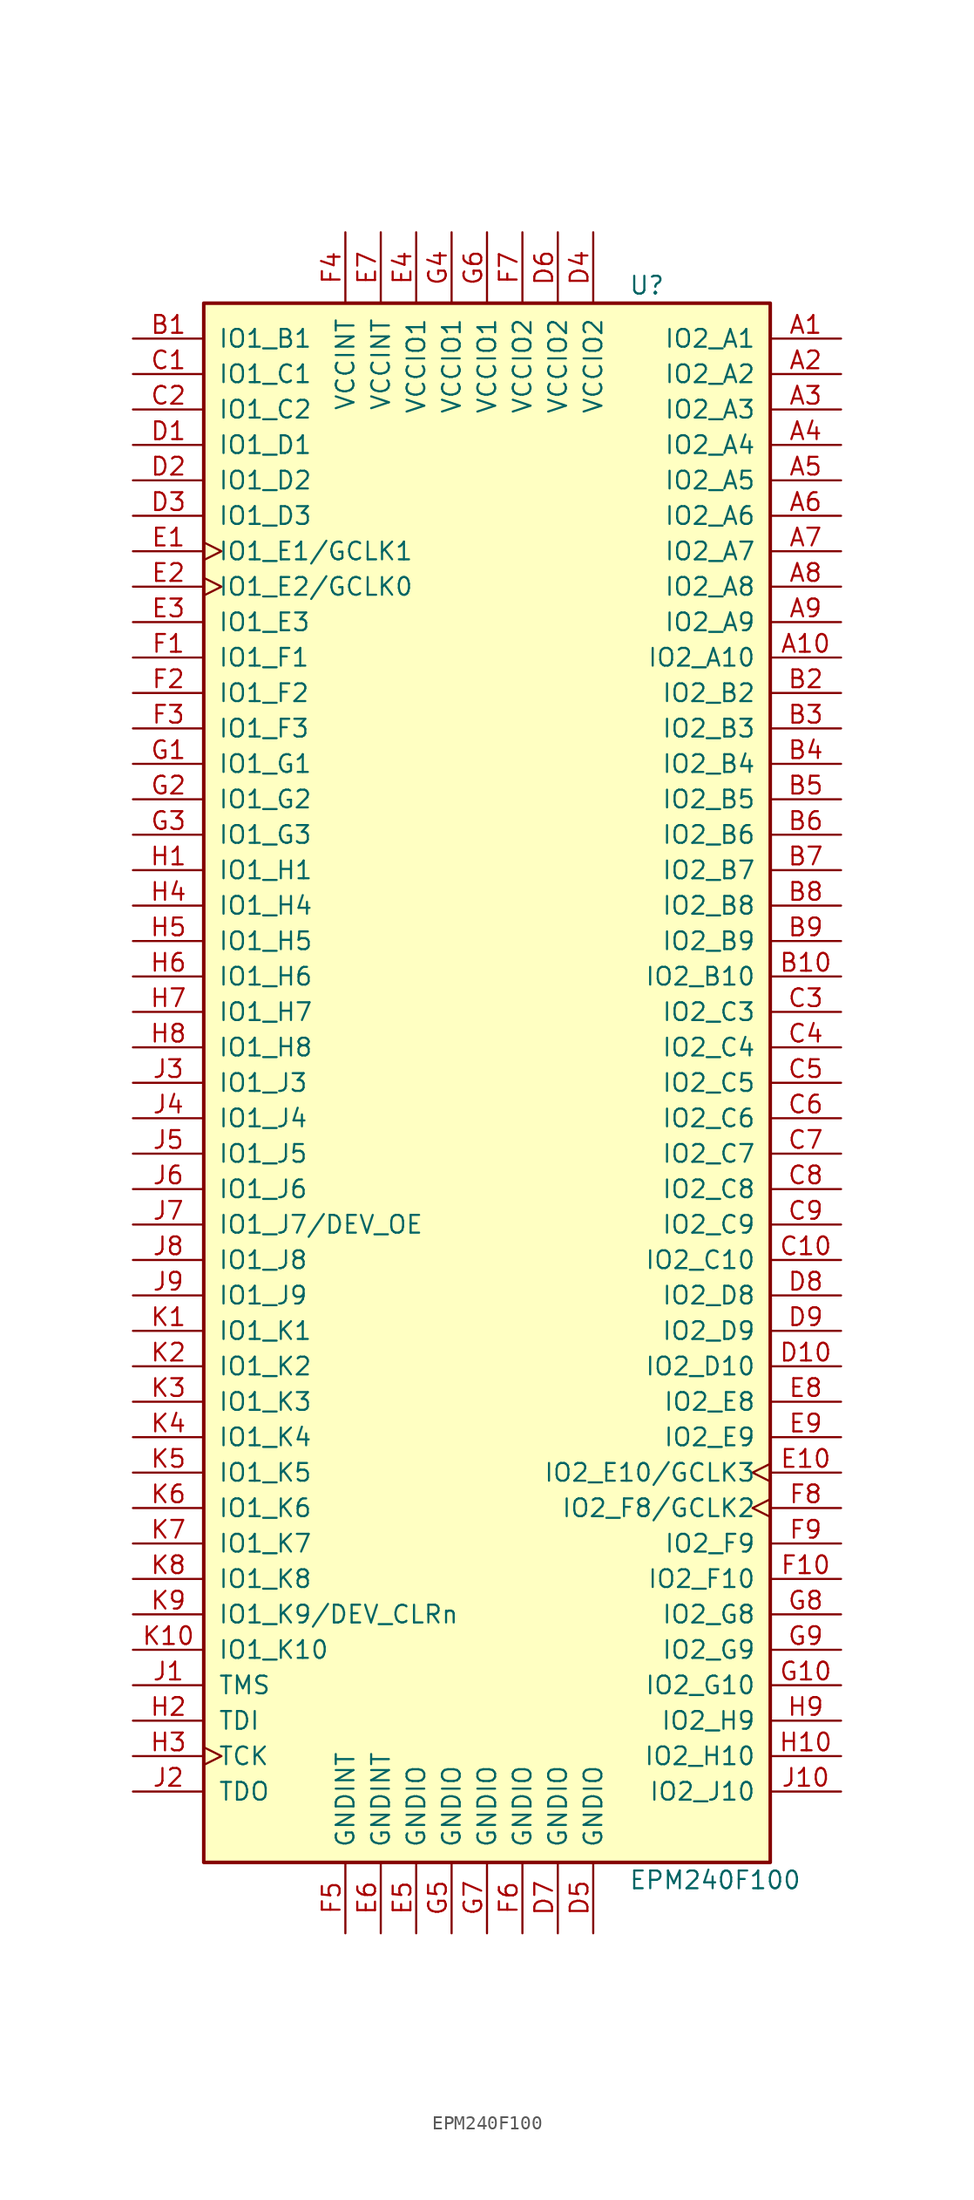
<source format=kicad_sym>
(kicad_symbol_lib
  (version 20201005)
  (generator kicad_symbol_editor)
  (symbol "CPLD_Altera:EPM240F100"
    (pin_names
      (offset 1.016))
    (property "Reference" "U"
      (at 10.16 57.15 0)
      (effects (font (size 1.27 1.27)) (justify left)))
    (property "Value" "EPM240F100"
      (at 10.16 -57.15 0)
      (effects (font (size 1.27 1.27)) (justify left)))
    (property "ki_locked" ""
      (at 0 0 0)
      (effects (font (size 1.27 1.27))))
    (symbol "EPM240F100_1_1"
      (rectangle (start -20.32 55.88) (end 20.32 -55.88) (stroke (width 0.254)) (fill (type background)))
      (pin bidirectional line (at 25.4 53.34 180) (length 5.08) (name "IO2_A1" (effects (font (size 1.27 1.27)))) (number "A1" (effects (font (size 1.27 1.27)))))
      (pin bidirectional line (at 25.4 50.8 180) (length 5.08) (name "IO2_A2" (effects (font (size 1.27 1.27)))) (number "A2" (effects (font (size 1.27 1.27)))))
      (pin bidirectional line (at 25.4 48.26 180) (length 5.08) (name "IO2_A3" (effects (font (size 1.27 1.27)))) (number "A3" (effects (font (size 1.27 1.27)))))
      (pin bidirectional line (at 25.4 45.72 180) (length 5.08) (name "IO2_A4" (effects (font (size 1.27 1.27)))) (number "A4" (effects (font (size 1.27 1.27)))))
      (pin bidirectional line (at 25.4 43.18 180) (length 5.08) (name "IO2_A5" (effects (font (size 1.27 1.27)))) (number "A5" (effects (font (size 1.27 1.27)))))
      (pin bidirectional line (at 25.4 40.64 180) (length 5.08) (name "IO2_A6" (effects (font (size 1.27 1.27)))) (number "A6" (effects (font (size 1.27 1.27)))))
      (pin bidirectional line (at 25.4 38.1 180) (length 5.08) (name "IO2_A7" (effects (font (size 1.27 1.27)))) (number "A7" (effects (font (size 1.27 1.27)))))
      (pin bidirectional line (at 25.4 35.56 180) (length 5.08) (name "IO2_A8" (effects (font (size 1.27 1.27)))) (number "A8" (effects (font (size 1.27 1.27)))))
      (pin bidirectional line (at 25.4 33.02 180) (length 5.08) (name "IO2_A9" (effects (font (size 1.27 1.27)))) (number "A9" (effects (font (size 1.27 1.27)))))
      (pin bidirectional line (at 25.4 30.48 180) (length 5.08) (name "IO2_A10" (effects (font (size 1.27 1.27)))) (number "A10" (effects (font (size 1.27 1.27)))))
      (pin bidirectional line (at -25.4 53.34 0) (length 5.08) (name "IO1_B1" (effects (font (size 1.27 1.27)))) (number "B1" (effects (font (size 1.27 1.27)))))
      (pin bidirectional line (at 25.4 27.94 180) (length 5.08) (name "IO2_B2" (effects (font (size 1.27 1.27)))) (number "B2" (effects (font (size 1.27 1.27)))))
      (pin bidirectional line (at 25.4 25.4 180) (length 5.08) (name "IO2_B3" (effects (font (size 1.27 1.27)))) (number "B3" (effects (font (size 1.27 1.27)))))
      (pin bidirectional line (at 25.4 22.86 180) (length 5.08) (name "IO2_B4" (effects (font (size 1.27 1.27)))) (number "B4" (effects (font (size 1.27 1.27)))))
      (pin bidirectional line (at 25.4 20.32 180) (length 5.08) (name "IO2_B5" (effects (font (size 1.27 1.27)))) (number "B5" (effects (font (size 1.27 1.27)))))
      (pin bidirectional line (at 25.4 17.78 180) (length 5.08) (name "IO2_B6" (effects (font (size 1.27 1.27)))) (number "B6" (effects (font (size 1.27 1.27)))))
      (pin bidirectional line (at 25.4 15.24 180) (length 5.08) (name "IO2_B7" (effects (font (size 1.27 1.27)))) (number "B7" (effects (font (size 1.27 1.27)))))
      (pin bidirectional line (at 25.4 12.7 180) (length 5.08) (name "IO2_B8" (effects (font (size 1.27 1.27)))) (number "B8" (effects (font (size 1.27 1.27)))))
      (pin bidirectional line (at 25.4 10.16 180) (length 5.08) (name "IO2_B9" (effects (font (size 1.27 1.27)))) (number "B9" (effects (font (size 1.27 1.27)))))
      (pin bidirectional line (at 25.4 7.62 180) (length 5.08) (name "IO2_B10" (effects (font (size 1.27 1.27)))) (number "B10" (effects (font (size 1.27 1.27)))))
      (pin bidirectional line (at -25.4 50.8 0) (length 5.08) (name "IO1_C1" (effects (font (size 1.27 1.27)))) (number "C1" (effects (font (size 1.27 1.27)))))
      (pin bidirectional line (at -25.4 48.26 0) (length 5.08) (name "IO1_C2" (effects (font (size 1.27 1.27)))) (number "C2" (effects (font (size 1.27 1.27)))))
      (pin bidirectional line (at 25.4 5.08 180) (length 5.08) (name "IO2_C3" (effects (font (size 1.27 1.27)))) (number "C3" (effects (font (size 1.27 1.27)))))
      (pin bidirectional line (at 25.4 2.54 180) (length 5.08) (name "IO2_C4" (effects (font (size 1.27 1.27)))) (number "C4" (effects (font (size 1.27 1.27)))))
      (pin bidirectional line (at 25.4 0 180) (length 5.08) (name "IO2_C5" (effects (font (size 1.27 1.27)))) (number "C5" (effects (font (size 1.27 1.27)))))
      (pin bidirectional line (at 25.4 -2.54 180) (length 5.08) (name "IO2_C6" (effects (font (size 1.27 1.27)))) (number "C6" (effects (font (size 1.27 1.27)))))
      (pin bidirectional line (at 25.4 -5.08 180) (length 5.08) (name "IO2_C7" (effects (font (size 1.27 1.27)))) (number "C7" (effects (font (size 1.27 1.27)))))
      (pin bidirectional line (at 25.4 -7.62 180) (length 5.08) (name "IO2_C8" (effects (font (size 1.27 1.27)))) (number "C8" (effects (font (size 1.27 1.27)))))
      (pin bidirectional line (at 25.4 -10.16 180) (length 5.08) (name "IO2_C9" (effects (font (size 1.27 1.27)))) (number "C9" (effects (font (size 1.27 1.27)))))
      (pin bidirectional line (at 25.4 -12.7 180) (length 5.08) (name "IO2_C10" (effects (font (size 1.27 1.27)))) (number "C10" (effects (font (size 1.27 1.27)))))
      (pin bidirectional line (at -25.4 45.72 0) (length 5.08) (name "IO1_D1" (effects (font (size 1.27 1.27)))) (number "D1" (effects (font (size 1.27 1.27)))))
      (pin bidirectional line (at -25.4 43.18 0) (length 5.08) (name "IO1_D2" (effects (font (size 1.27 1.27)))) (number "D2" (effects (font (size 1.27 1.27)))))
      (pin bidirectional line (at -25.4 40.64 0) (length 5.08) (name "IO1_D3" (effects (font (size 1.27 1.27)))) (number "D3" (effects (font (size 1.27 1.27)))))
      (pin bidirectional line (at 25.4 -15.24 180) (length 5.08) (name "IO2_D8" (effects (font (size 1.27 1.27)))) (number "D8" (effects (font (size 1.27 1.27)))))
      (pin bidirectional line (at 25.4 -17.78 180) (length 5.08) (name "IO2_D9" (effects (font (size 1.27 1.27)))) (number "D9" (effects (font (size 1.27 1.27)))))
      (pin bidirectional line (at 25.4 -20.32 180) (length 5.08) (name "IO2_D10" (effects (font (size 1.27 1.27)))) (number "D10" (effects (font (size 1.27 1.27)))))
      (pin bidirectional clock (at -25.4 38.1 0) (length 5.08) (name "IO1_E1/GCLK1" (effects (font (size 1.27 1.27)))) (number "E1" (effects (font (size 1.27 1.27)))))
      (pin bidirectional clock (at -25.4 35.56 0) (length 5.08) (name "IO1_E2/GCLK0" (effects (font (size 1.27 1.27)))) (number "E2" (effects (font (size 1.27 1.27)))))
      (pin bidirectional line (at -25.4 33.02 0) (length 5.08) (name "IO1_E3" (effects (font (size 1.27 1.27)))) (number "E3" (effects (font (size 1.27 1.27)))))
      (pin bidirectional line (at 25.4 -22.86 180) (length 5.08) (name "IO2_E8" (effects (font (size 1.27 1.27)))) (number "E8" (effects (font (size 1.27 1.27)))))
      (pin bidirectional line (at 25.4 -25.4 180) (length 5.08) (name "IO2_E9" (effects (font (size 1.27 1.27)))) (number "E9" (effects (font (size 1.27 1.27)))))
      (pin bidirectional clock (at 25.4 -27.94 180) (length 5.08) (name "IO2_E10/GCLK3" (effects (font (size 1.27 1.27)))) (number "E10" (effects (font (size 1.27 1.27)))))
      (pin bidirectional line (at -25.4 30.48 0) (length 5.08) (name "IO1_F1" (effects (font (size 1.27 1.27)))) (number "F1" (effects (font (size 1.27 1.27)))))
      (pin bidirectional line (at -25.4 27.94 0) (length 5.08) (name "IO1_F2" (effects (font (size 1.27 1.27)))) (number "F2" (effects (font (size 1.27 1.27)))))
      (pin bidirectional line (at -25.4 25.4 0) (length 5.08) (name "IO1_F3" (effects (font (size 1.27 1.27)))) (number "F3" (effects (font (size 1.27 1.27)))))
      (pin bidirectional clock (at 25.4 -30.48 180) (length 5.08) (name "IO2_F8/GCLK2" (effects (font (size 1.27 1.27)))) (number "F8" (effects (font (size 1.27 1.27)))))
      (pin bidirectional line (at 25.4 -33.02 180) (length 5.08) (name "IO2_F9" (effects (font (size 1.27 1.27)))) (number "F9" (effects (font (size 1.27 1.27)))))
      (pin bidirectional line (at 25.4 -35.56 180) (length 5.08) (name "IO2_F10" (effects (font (size 1.27 1.27)))) (number "F10" (effects (font (size 1.27 1.27)))))
      (pin bidirectional line (at -25.4 22.86 0) (length 5.08) (name "IO1_G1" (effects (font (size 1.27 1.27)))) (number "G1" (effects (font (size 1.27 1.27)))))
      (pin bidirectional line (at -25.4 20.32 0) (length 5.08) (name "IO1_G2" (effects (font (size 1.27 1.27)))) (number "G2" (effects (font (size 1.27 1.27)))))
      (pin bidirectional line (at -25.4 17.78 0) (length 5.08) (name "IO1_G3" (effects (font (size 1.27 1.27)))) (number "G3" (effects (font (size 1.27 1.27)))))
      (pin bidirectional line (at 25.4 -38.1 180) (length 5.08) (name "IO2_G8" (effects (font (size 1.27 1.27)))) (number "G8" (effects (font (size 1.27 1.27)))))
      (pin bidirectional line (at 25.4 -40.64 180) (length 5.08) (name "IO2_G9" (effects (font (size 1.27 1.27)))) (number "G9" (effects (font (size 1.27 1.27)))))
      (pin bidirectional line (at 25.4 -43.18 180) (length 5.08) (name "IO2_G10" (effects (font (size 1.27 1.27)))) (number "G10" (effects (font (size 1.27 1.27)))))
      (pin bidirectional line (at -25.4 15.24 0) (length 5.08) (name "IO1_H1" (effects (font (size 1.27 1.27)))) (number "H1" (effects (font (size 1.27 1.27)))))
      (pin bidirectional line (at -25.4 12.7 0) (length 5.08) (name "IO1_H4" (effects (font (size 1.27 1.27)))) (number "H4" (effects (font (size 1.27 1.27)))))
      (pin bidirectional line (at -25.4 10.16 0) (length 5.08) (name "IO1_H5" (effects (font (size 1.27 1.27)))) (number "H5" (effects (font (size 1.27 1.27)))))
      (pin bidirectional line (at -25.4 7.62 0) (length 5.08) (name "IO1_H6" (effects (font (size 1.27 1.27)))) (number "H6" (effects (font (size 1.27 1.27)))))
      (pin bidirectional line (at -25.4 5.08 0) (length 5.08) (name "IO1_H7" (effects (font (size 1.27 1.27)))) (number "H7" (effects (font (size 1.27 1.27)))))
      (pin bidirectional line (at -25.4 2.54 0) (length 5.08) (name "IO1_H8" (effects (font (size 1.27 1.27)))) (number "H8" (effects (font (size 1.27 1.27)))))
      (pin bidirectional line (at 25.4 -45.72 180) (length 5.08) (name "IO2_H9" (effects (font (size 1.27 1.27)))) (number "H9" (effects (font (size 1.27 1.27)))))
      (pin bidirectional line (at 25.4 -48.26 180) (length 5.08) (name "IO2_H10" (effects (font (size 1.27 1.27)))) (number "H10" (effects (font (size 1.27 1.27)))))
      (pin bidirectional line (at -25.4 0 0) (length 5.08) (name "IO1_J3" (effects (font (size 1.27 1.27)))) (number "J3" (effects (font (size 1.27 1.27)))))
      (pin bidirectional line (at -25.4 -2.54 0) (length 5.08) (name "IO1_J4" (effects (font (size 1.27 1.27)))) (number "J4" (effects (font (size 1.27 1.27)))))
      (pin bidirectional line (at -25.4 -5.08 0) (length 5.08) (name "IO1_J5" (effects (font (size 1.27 1.27)))) (number "J5" (effects (font (size 1.27 1.27)))))
      (pin bidirectional line (at -25.4 -7.62 0) (length 5.08) (name "IO1_J6" (effects (font (size 1.27 1.27)))) (number "J6" (effects (font (size 1.27 1.27)))))
      (pin bidirectional line (at -25.4 -10.16 0) (length 5.08) (name "IO1_J7/DEV_OE" (effects (font (size 1.27 1.27)))) (number "J7" (effects (font (size 1.27 1.27)))))
      (pin bidirectional line (at -25.4 -12.7 0) (length 5.08) (name "IO1_J8" (effects (font (size 1.27 1.27)))) (number "J8" (effects (font (size 1.27 1.27)))))
      (pin bidirectional line (at -25.4 -15.24 0) (length 5.08) (name "IO1_J9" (effects (font (size 1.27 1.27)))) (number "J9" (effects (font (size 1.27 1.27)))))
      (pin bidirectional line (at 25.4 -50.8 180) (length 5.08) (name "IO2_J10" (effects (font (size 1.27 1.27)))) (number "J10" (effects (font (size 1.27 1.27)))))
      (pin bidirectional line (at -25.4 -17.78 0) (length 5.08) (name "IO1_K1" (effects (font (size 1.27 1.27)))) (number "K1" (effects (font (size 1.27 1.27)))))
      (pin bidirectional line (at -25.4 -20.32 0) (length 5.08) (name "IO1_K2" (effects (font (size 1.27 1.27)))) (number "K2" (effects (font (size 1.27 1.27)))))
      (pin bidirectional line (at -25.4 -22.86 0) (length 5.08) (name "IO1_K3" (effects (font (size 1.27 1.27)))) (number "K3" (effects (font (size 1.27 1.27)))))
      (pin bidirectional line (at -25.4 -25.4 0) (length 5.08) (name "IO1_K4" (effects (font (size 1.27 1.27)))) (number "K4" (effects (font (size 1.27 1.27)))))
      (pin bidirectional line (at -25.4 -27.94 0) (length 5.08) (name "IO1_K5" (effects (font (size 1.27 1.27)))) (number "K5" (effects (font (size 1.27 1.27)))))
      (pin bidirectional line (at -25.4 -30.48 0) (length 5.08) (name "IO1_K6" (effects (font (size 1.27 1.27)))) (number "K6" (effects (font (size 1.27 1.27)))))
      (pin bidirectional line (at -25.4 -33.02 0) (length 5.08) (name "IO1_K7" (effects (font (size 1.27 1.27)))) (number "K7" (effects (font (size 1.27 1.27)))))
      (pin bidirectional line (at -25.4 -35.56 0) (length 5.08) (name "IO1_K8" (effects (font (size 1.27 1.27)))) (number "K8" (effects (font (size 1.27 1.27)))))
      (pin bidirectional line (at -25.4 -38.1 0) (length 5.08) (name "IO1_K9/DEV_CLRn" (effects (font (size 1.27 1.27)))) (number "K9" (effects (font (size 1.27 1.27)))))
      (pin bidirectional line (at -25.4 -40.64 0) (length 5.08) (name "IO1_K10" (effects (font (size 1.27 1.27)))) (number "K10" (effects (font (size 1.27 1.27)))))
      (pin input line (at -25.4 -43.18 0) (length 5.08) (name "TMS" (effects (font (size 1.27 1.27)))) (number "J1" (effects (font (size 1.27 1.27)))))
      (pin input line (at -25.4 -45.72 0) (length 5.08) (name "TDI" (effects (font (size 1.27 1.27)))) (number "H2" (effects (font (size 1.27 1.27)))))
      (pin input clock (at -25.4 -48.26 0) (length 5.08) (name "TCK" (effects (font (size 1.27 1.27)))) (number "H3" (effects (font (size 1.27 1.27)))))
      (pin output line (at -25.4 -50.8 0) (length 5.08) (name "TDO" (effects (font (size 1.27 1.27)))) (number "J2" (effects (font (size 1.27 1.27)))))
      (pin power_in line (at -10.16 -60.96 90) (length 5.08) (name "GNDINT" (effects (font (size 1.27 1.27)))) (number "F5" (effects (font (size 1.27 1.27)))))
      (pin power_in line (at -7.62 -60.96 90) (length 5.08) (name "GNDINT" (effects (font (size 1.27 1.27)))) (number "E6" (effects (font (size 1.27 1.27)))))
      (pin power_in line (at -5.08 -60.96 90) (length 5.08) (name "GNDIO" (effects (font (size 1.27 1.27)))) (number "E5" (effects (font (size 1.27 1.27)))))
      (pin power_in line (at -2.54 -60.96 90) (length 5.08) (name "GNDIO" (effects (font (size 1.27 1.27)))) (number "G5" (effects (font (size 1.27 1.27)))))
      (pin power_in line (at 0 -60.96 90) (length 5.08) (name "GNDIO" (effects (font (size 1.27 1.27)))) (number "G7" (effects (font (size 1.27 1.27)))))
      (pin power_in line (at 2.54 -60.96 90) (length 5.08) (name "GNDIO" (effects (font (size 1.27 1.27)))) (number "F6" (effects (font (size 1.27 1.27)))))
      (pin power_in line (at 5.08 -60.96 90) (length 5.08) (name "GNDIO" (effects (font (size 1.27 1.27)))) (number "D7" (effects (font (size 1.27 1.27)))))
      (pin power_in line (at 7.62 -60.96 90) (length 5.08) (name "GNDIO" (effects (font (size 1.27 1.27)))) (number "D5" (effects (font (size 1.27 1.27)))))
      (pin power_in line (at -10.16 60.96 270) (length 5.08) (name "VCCINT" (effects (font (size 1.27 1.27)))) (number "F4" (effects (font (size 1.27 1.27)))))
      (pin power_in line (at -7.62 60.96 270) (length 5.08) (name "VCCINT" (effects (font (size 1.27 1.27)))) (number "E7" (effects (font (size 1.27 1.27)))))
      (pin power_in line (at -5.08 60.96 270) (length 5.08) (name "VCCIO1" (effects (font (size 1.27 1.27)))) (number "E4" (effects (font (size 1.27 1.27)))))
      (pin power_in line (at -2.54 60.96 270) (length 5.08) (name "VCCIO1" (effects (font (size 1.27 1.27)))) (number "G4" (effects (font (size 1.27 1.27)))))
      (pin power_in line (at 0 60.96 270) (length 5.08) (name "VCCIO1" (effects (font (size 1.27 1.27)))) (number "G6" (effects (font (size 1.27 1.27)))))
      (pin power_in line (at 2.54 60.96 270) (length 5.08) (name "VCCIO2" (effects (font (size 1.27 1.27)))) (number "F7" (effects (font (size 1.27 1.27)))))
      (pin power_in line (at 5.08 60.96 270) (length 5.08) (name "VCCIO2" (effects (font (size 1.27 1.27)))) (number "D6" (effects (font (size 1.27 1.27)))))
      (pin power_in line (at 7.62 60.96 270) (length 5.08) (name "VCCIO2" (effects (font (size 1.27 1.27)))) (number "D4" (effects (font (size 1.27 1.27))))))))
</source>
